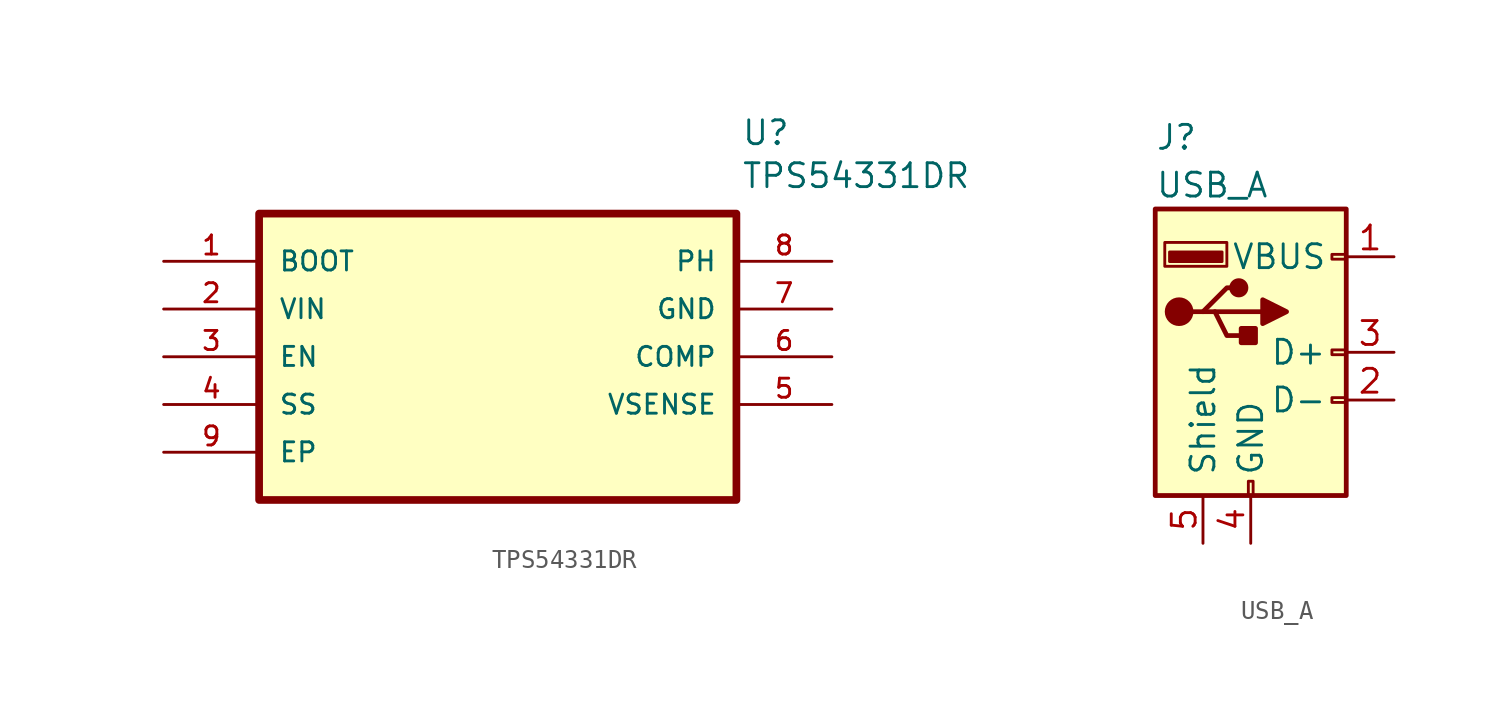
<source format=kicad_sym>
(kicad_symbol_lib
  (version 20241209)
  (generator "kicad_symbol_editor")
  (generator_version "9.0")
  (symbol "TPS54331DR"
    (pin_names
      (offset 1.016))
    (property "Reference" "U"
      (at 12.954 18.796 0)
      (effects (font (size 1.27 1.27)) (justify left bottom)))
    (property "Value" "TPS54331DR"
      (at 12.954 16.51 0)
      (effects (font (size 1.27 1.27)) (justify left bottom)))
    (symbol "TPS54331DR_0_0"
      (rectangle (start -12.7 15.24) (end 12.7 0) (stroke (width 0.41) (type default)) (fill (type background)))
      (pin input line (at -17.78 12.7 0) (length 5.08) (name "BOOT" (effects (font (size 1.016 1.016)))) (number "1" (effects (font (size 1.016 1.016)))))
      (pin input line (at -17.78 10.16 0) (length 5.08) (name "VIN" (effects (font (size 1.016 1.016)))) (number "2" (effects (font (size 1.016 1.016)))))
      (pin input line (at -17.78 7.62 0) (length 5.08) (name "EN" (effects (font (size 1.016 1.016)))) (number "3" (effects (font (size 1.016 1.016)))))
      (pin input line (at -17.78 5.08 0) (length 5.08) (name "SS" (effects (font (size 1.016 1.016)))) (number "4" (effects (font (size 1.016 1.016)))))
      (pin input line (at 17.78 12.7 180) (length 5.08) (name "PH" (effects (font (size 1.016 1.016)))) (number "8" (effects (font (size 1.016 1.016)))))
      (pin power_in line (at 17.78 10.16 180) (length 5.08) (name "GND" (effects (font (size 1.016 1.016)))) (number "7" (effects (font (size 1.016 1.016)))))
      (pin output line (at 17.78 7.62 180) (length 5.08) (name "COMP" (effects (font (size 1.016 1.016)))) (number "6" (effects (font (size 1.016 1.016)))))
      (pin input line (at 17.78 5.08 180) (length 5.08) (name "VSENSE" (effects (font (size 1.016 1.016)))) (number "5" (effects (font (size 1.016 1.016))))))
    (symbol "TPS54331DR_1_0"
      (pin input line (at -17.78 2.54 0) (length 5.08) (name "EP" (effects (font (size 1.016 1.016)))) (number "9" (effects (font (size 1.016 1.016)))))))
  (symbol "USB_A"
    (pin_names
      (offset 1.016))
    (property "Reference" "J"
      (at -5.08 11.43 0)
      (effects (font (size 1.27 1.27)) (justify left)))
    (property "Value" "USB_A"
      (at -5.08 8.89 0)
      (effects (font (size 1.27 1.27)) (justify left)))
    (symbol "USB_A_0_1"
      (rectangle (start -5.08 7.62) (end 5.08 -7.62) (stroke (width 0.254) (type default)) (fill (type background)))
      (circle (center -3.81 2.159) (radius 0.635) (stroke (width 0.254) (type default)) (fill (type outline)))
      (polyline (pts (xy -3.175 2.159) (xy -2.54 2.159) (xy -1.27 3.429) (xy -0.635 3.429)) (stroke (width 0.254) (type default)) (fill (type none)))
      (polyline (pts (xy -2.54 2.159) (xy -1.905 2.159) (xy -1.27 0.889) (xy 0 0.889)) (stroke (width 0.254) (type default)) (fill (type none)))
      (rectangle (start -1.524 4.826) (end -4.318 5.334) (stroke (width 0) (type default)) (fill (type outline)))
      (rectangle (start -1.27 4.572) (end -4.572 5.842) (stroke (width 0) (type default)) (fill (type none)))
      (circle (center -0.635 3.429) (radius 0.381) (stroke (width 0.254) (type default)) (fill (type outline)))
      (rectangle (start -0.127 -7.62) (end 0.127 -6.858) (stroke (width 0) (type default)) (fill (type none)))
      (rectangle (start 0.254 1.27) (end -0.508 0.508) (stroke (width 0.254) (type default)) (fill (type outline)))
      (polyline (pts (xy 0.635 2.794) (xy 0.635 1.524) (xy 1.905 2.159) (xy 0.635 2.794)) (stroke (width 0.254) (type default)) (fill (type outline)))
      (rectangle (start 5.08 4.953) (end 4.318 5.207) (stroke (width 0) (type default)) (fill (type none)))
      (rectangle (start 5.08 -0.127) (end 4.318 0.127) (stroke (width 0) (type default)) (fill (type none)))
      (rectangle (start 5.08 -2.667) (end 4.318 -2.413) (stroke (width 0) (type default)) (fill (type none))))
    (symbol "USB_A_1_1"
      (polyline (pts (xy -1.905 2.159) (xy 0.635 2.159)) (stroke (width 0.254) (type default)) (fill (type none)))
      (pin passive line (at -2.54 -10.16 90) (length 2.54) (name "Shield" (effects (font (size 1.27 1.27)))) (number "5" (effects (font (size 1.27 1.27)))))
      (pin power_in line (at 0 -10.16 90) (length 2.54) (name "GND" (effects (font (size 1.27 1.27)))) (number "4" (effects (font (size 1.27 1.27)))))
      (pin power_in line (at 7.62 5.08 180) (length 2.54) (name "VBUS" (effects (font (size 1.27 1.27)))) (number "1" (effects (font (size 1.27 1.27)))))
      (pin bidirectional line (at 7.62 0 180) (length 2.54) (name "D+" (effects (font (size 1.27 1.27)))) (number "3" (effects (font (size 1.27 1.27)))))
      (pin bidirectional line (at 7.62 -2.54 180) (length 2.54) (name "D-" (effects (font (size 1.27 1.27)))) (number "2" (effects (font (size 1.27 1.27))))))))
</source>
